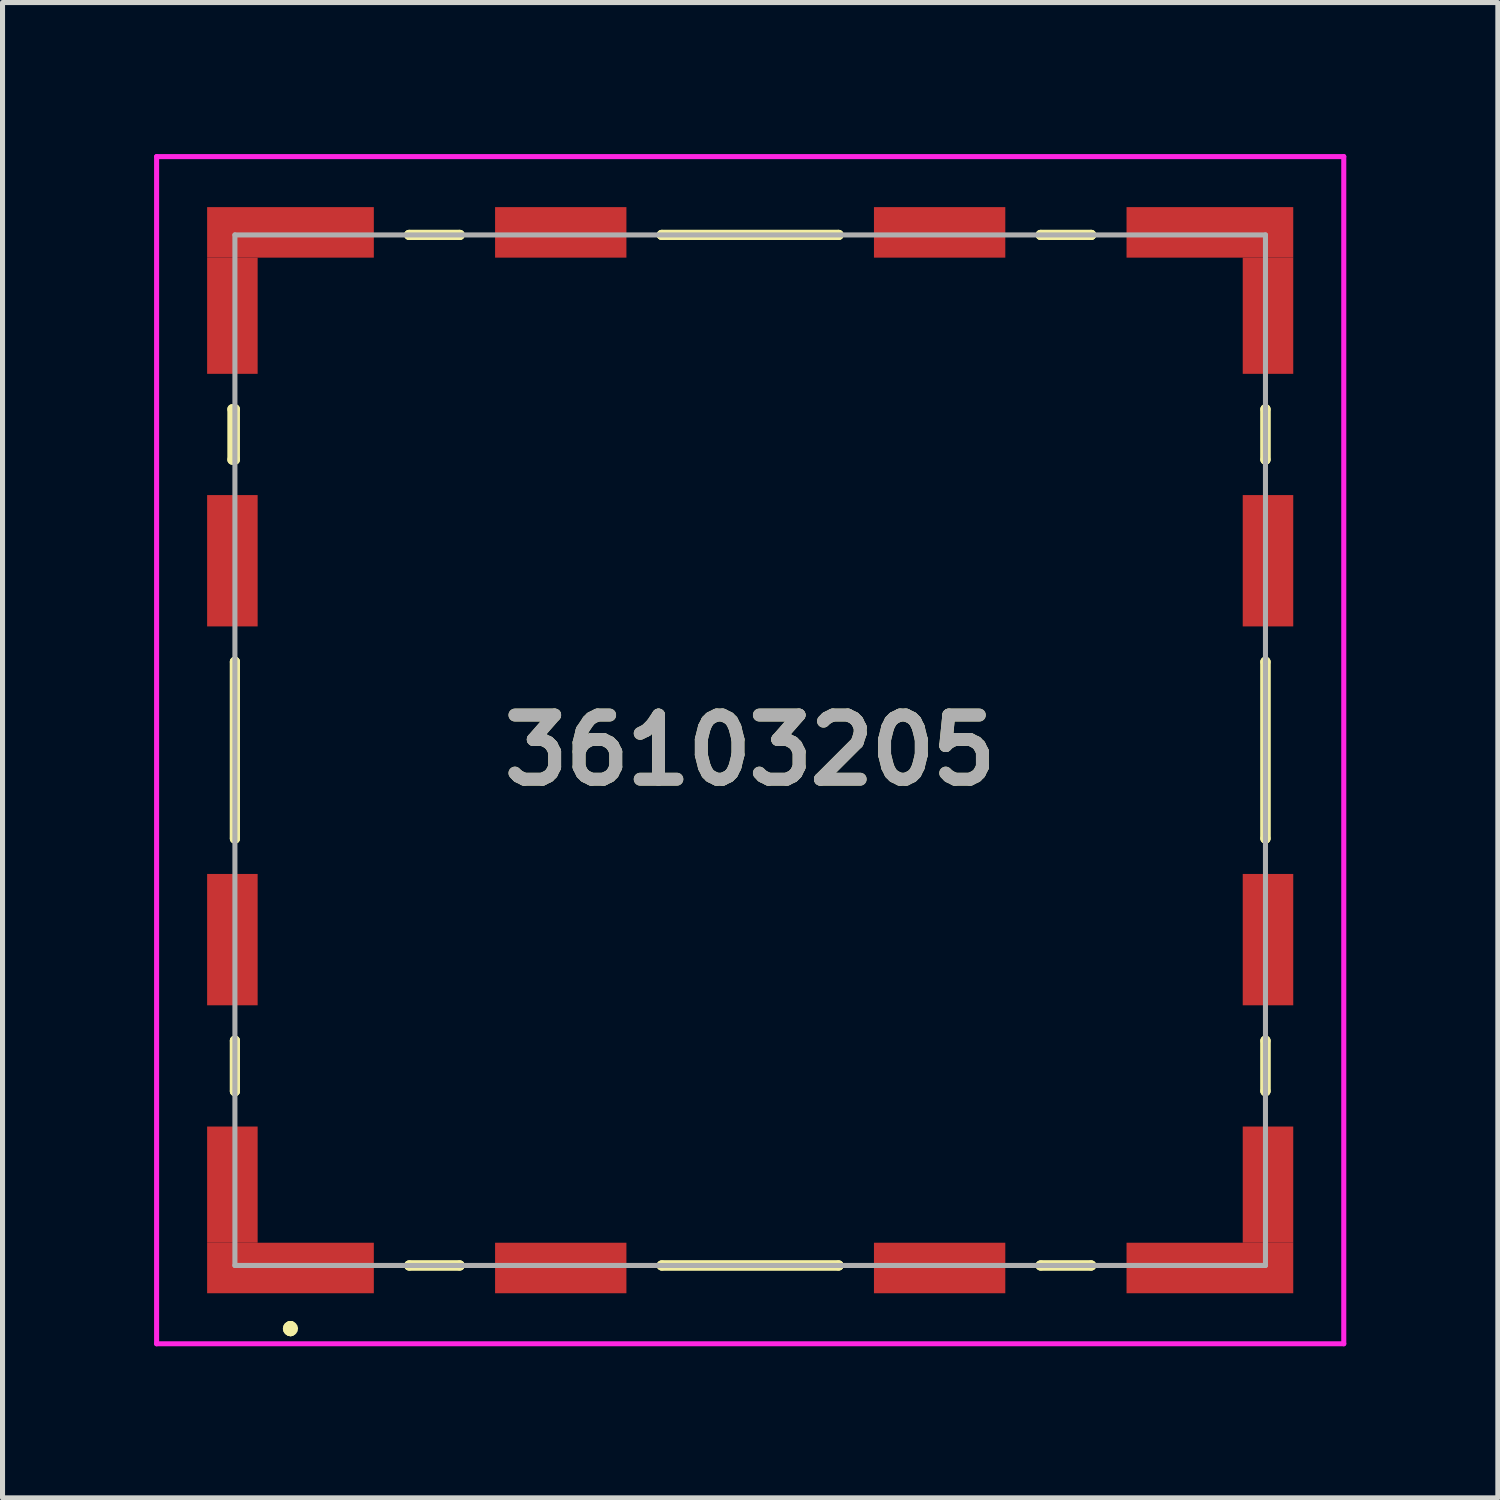
<source format=kicad_pcb>
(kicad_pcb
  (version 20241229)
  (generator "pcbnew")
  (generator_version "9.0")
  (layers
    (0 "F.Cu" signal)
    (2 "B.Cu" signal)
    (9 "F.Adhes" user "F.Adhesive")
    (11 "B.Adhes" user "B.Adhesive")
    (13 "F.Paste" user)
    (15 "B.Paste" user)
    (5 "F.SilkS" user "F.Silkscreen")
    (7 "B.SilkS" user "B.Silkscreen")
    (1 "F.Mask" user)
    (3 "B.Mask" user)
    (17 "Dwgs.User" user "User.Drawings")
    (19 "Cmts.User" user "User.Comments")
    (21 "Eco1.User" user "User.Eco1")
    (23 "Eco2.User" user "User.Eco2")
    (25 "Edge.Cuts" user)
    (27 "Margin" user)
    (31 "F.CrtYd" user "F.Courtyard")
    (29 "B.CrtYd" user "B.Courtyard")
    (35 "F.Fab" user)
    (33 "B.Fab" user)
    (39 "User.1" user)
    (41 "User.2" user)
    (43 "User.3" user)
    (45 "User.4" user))
  (footprint "36103205"
    (layer "F.Cu")
    (at 11.8 11.8)
    (property "Reference" "36103205" (at 0 0 0) (layer "F.SilkS") (effects (font (size 1.27 1.27) (thickness 0.254))))
    (attr smd)
    (fp_line (start -10.25 -6.75) (end -10.2 -6.75) (stroke (width 0.2) (type solid)) (layer "F.SilkS"))
    (fp_line (start -10.25 -5.75) (end -10.25 -6.75) (stroke (width 0.2) (type solid)) (layer "F.SilkS"))
    (fp_line (start -10.2 -6.75) (end -10.2 -5.75) (stroke (width 0.2) (type solid)) (layer "F.SilkS"))
    (fp_line (start -10.2 -5.75) (end -10.25 -5.75) (stroke (width 0.2) (type solid)) (layer "F.SilkS"))
    (fp_line (start -10.2 -1.75) (end -10.2 -1.75) (stroke (width 0.2) (type solid)) (layer "F.SilkS"))
    (fp_line (start -10.2 -1.75) (end -10.2 1.75) (stroke (width 0.2) (type solid)) (layer "F.SilkS"))
    (fp_line (start -10.2 1.75) (end -10.2 -1.75) (stroke (width 0.2) (type solid)) (layer "F.SilkS"))
    (fp_line (start -10.2 1.75) (end -10.2 1.75) (stroke (width 0.2) (type solid)) (layer "F.SilkS"))
    (fp_line (start -10.2 5.75) (end -10.2 5.75) (stroke (width 0.2) (type solid)) (layer "F.SilkS"))
    (fp_line (start -10.2 5.75) (end -10.2 6.75) (stroke (width 0.2) (type solid)) (layer "F.SilkS"))
    (fp_line (start -10.2 6.75) (end -10.2 5.75) (stroke (width 0.2) (type solid)) (layer "F.SilkS"))
    (fp_line (start -10.2 6.75) (end -10.2 6.75) (stroke (width 0.2) (type solid)) (layer "F.SilkS"))
    (fp_line (start -9.1 11.4) (end -9.1 11.4) (stroke (width 0.2) (type solid)) (layer "F.SilkS"))
    (fp_line (start -9.1 11.4) (end -9.1 11.4) (stroke (width 0.2) (type solid)) (layer "F.SilkS"))
    (fp_line (start -9.1 11.5) (end -9.1 11.5) (stroke (width 0.2) (type solid)) (layer "F.SilkS"))
    (fp_line (start -6.75 -10.2) (end -6.75 -10.2) (stroke (width 0.2) (type solid)) (layer "F.SilkS"))
    (fp_line (start -6.75 -10.2) (end -5.75 -10.2) (stroke (width 0.2) (type solid)) (layer "F.SilkS"))
    (fp_line (start -6.75 10.2) (end -6.75 10.2) (stroke (width 0.2) (type solid)) (layer "F.SilkS"))
    (fp_line (start -6.75 10.2) (end -5.75 10.2) (stroke (width 0.2) (type solid)) (layer "F.SilkS"))
    (fp_line (start -5.75 -10.2) (end -6.75 -10.2) (stroke (width 0.2) (type solid)) (layer "F.SilkS"))
    (fp_line (start -5.75 -10.2) (end -5.75 -10.2) (stroke (width 0.2) (type solid)) (layer "F.SilkS"))
    (fp_line (start -5.75 10.2) (end -6.75 10.2) (stroke (width 0.2) (type solid)) (layer "F.SilkS"))
    (fp_line (start -5.75 10.2) (end -5.75 10.2) (stroke (width 0.2) (type solid)) (layer "F.SilkS"))
    (fp_line (start -1.75 -10.2) (end -1.75 -10.2) (stroke (width 0.2) (type solid)) (layer "F.SilkS"))
    (fp_line (start -1.75 -10.2) (end 1.75 -10.2) (stroke (width 0.2) (type solid)) (layer "F.SilkS"))
    (fp_line (start -1.75 10.2) (end -1.75 10.2) (stroke (width 0.2) (type solid)) (layer "F.SilkS"))
    (fp_line (start -1.75 10.2) (end 1.75 10.2) (stroke (width 0.2) (type solid)) (layer "F.SilkS"))
    (fp_line (start 1.75 -10.2) (end -1.75 -10.2) (stroke (width 0.2) (type solid)) (layer "F.SilkS"))
    (fp_line (start 1.75 -10.2) (end 1.75 -10.2) (stroke (width 0.2) (type solid)) (layer "F.SilkS"))
    (fp_line (start 1.75 10.2) (end -1.75 10.2) (stroke (width 0.2) (type solid)) (layer "F.SilkS"))
    (fp_line (start 1.75 10.2) (end 1.75 10.2) (stroke (width 0.2) (type solid)) (layer "F.SilkS"))
    (fp_line (start 5.75 -10.2) (end 5.75 -10.2) (stroke (width 0.2) (type solid)) (layer "F.SilkS"))
    (fp_line (start 5.75 -10.2) (end 6.75 -10.2) (stroke (width 0.2) (type solid)) (layer "F.SilkS"))
    (fp_line (start 5.75 10.2) (end 5.75 10.2) (stroke (width 0.2) (type solid)) (layer "F.SilkS"))
    (fp_line (start 5.75 10.2) (end 6.75 10.2) (stroke (width 0.2) (type solid)) (layer "F.SilkS"))
    (fp_line (start 6.75 -10.2) (end 5.75 -10.2) (stroke (width 0.2) (type solid)) (layer "F.SilkS"))
    (fp_line (start 6.75 -10.2) (end 6.75 -10.2) (stroke (width 0.2) (type solid)) (layer "F.SilkS"))
    (fp_line (start 6.75 10.2) (end 5.75 10.2) (stroke (width 0.2) (type solid)) (layer "F.SilkS"))
    (fp_line (start 6.75 10.2) (end 6.75 10.2) (stroke (width 0.2) (type solid)) (layer "F.SilkS"))
    (fp_line (start 10.2 -6.75) (end 10.2 -6.75) (stroke (width 0.2) (type solid)) (layer "F.SilkS"))
    (fp_line (start 10.2 -6.75) (end 10.2 -5.75) (stroke (width 0.2) (type solid)) (layer "F.SilkS"))
    (fp_line (start 10.2 -5.75) (end 10.2 -6.75) (stroke (width 0.2) (type solid)) (layer "F.SilkS"))
    (fp_line (start 10.2 -5.75) (end 10.2 -5.75) (stroke (width 0.2) (type solid)) (layer "F.SilkS"))
    (fp_line (start 10.2 -1.75) (end 10.2 -1.75) (stroke (width 0.2) (type solid)) (layer "F.SilkS"))
    (fp_line (start 10.2 -1.75) (end 10.2 1.75) (stroke (width 0.2) (type solid)) (layer "F.SilkS"))
    (fp_line (start 10.2 1.75) (end 10.2 -1.75) (stroke (width 0.2) (type solid)) (layer "F.SilkS"))
    (fp_line (start 10.2 1.75) (end 10.2 1.75) (stroke (width 0.2) (type solid)) (layer "F.SilkS"))
    (fp_line (start 10.2 5.75) (end 10.2 5.75) (stroke (width 0.2) (type solid)) (layer "F.SilkS"))
    (fp_line (start 10.2 5.75) (end 10.2 6.75) (stroke (width 0.2) (type solid)) (layer "F.SilkS"))
    (fp_line (start 10.2 6.75) (end 10.2 5.75) (stroke (width 0.2) (type solid)) (layer "F.SilkS"))
    (fp_line (start 10.2 6.75) (end 10.2 6.75) (stroke (width 0.2) (type solid)) (layer "F.SilkS"))
    (fp_arc (start -9.1 11.4) (mid -9.05 11.45) (end -9.1 11.5) (stroke (width 0.2) (type solid)) (layer "F.SilkS"))
    (fp_arc (start -9.1 11.5) (mid -9.15 11.45) (end -9.1 11.4) (stroke (width 0.2) (type solid)) (layer "F.SilkS"))
    (fp_arc (start -9.1 11.5) (mid -9.15 11.45) (end -9.1 11.4) (stroke (width 0.2) (type solid)) (layer "F.SilkS"))
    (fp_line (start -11.75 -11.75) (end 11.75 -11.75) (stroke (width 0.1) (type solid)) (layer "F.CrtYd"))
    (fp_line (start -11.75 11.75) (end -11.75 -11.75) (stroke (width 0.1) (type solid)) (layer "F.CrtYd"))
    (fp_line (start 11.75 -11.75) (end 11.75 11.75) (stroke (width 0.1) (type solid)) (layer "F.CrtYd"))
    (fp_line (start 11.75 11.75) (end -11.75 11.75) (stroke (width 0.1) (type solid)) (layer "F.CrtYd"))
    (fp_line (start -10.2 -10.2) (end -10.2 10.2) (stroke (width 0.1) (type solid)) (layer "F.Fab"))
    (fp_line (start -10.2 10.2) (end 10.2 10.2) (stroke (width 0.1) (type solid)) (layer "F.Fab"))
    (fp_line (start 10.2 -10.2) (end -10.2 -10.2) (stroke (width 0.1) (type solid)) (layer "F.Fab"))
    (fp_line (start 10.2 10.2) (end 10.2 -10.2) (stroke (width 0.1) (type solid)) (layer "F.Fab"))
    (fp_text user "${REFERENCE}" (at 0 0 0) (layer "F.Fab") (effects (font (size 1.27 1.27) (thickness 0.254))))
    (pad "1" smd rect (at -10.25 -8.6) (size 1 2.3) (layers "F.Cu" "F.Mask" "F.Paste"))
    (pad "1" smd rect (at -10.25 -3.75) (size 1 2.6) (layers "F.Cu" "F.Mask" "F.Paste"))
    (pad "1" smd rect (at -10.25 3.75) (size 1 2.6) (layers "F.Cu" "F.Mask" "F.Paste"))
    (pad "1" smd rect (at -10.25 8.6) (size 1 2.3) (layers "F.Cu" "F.Mask" "F.Paste"))
    (pad "1" smd rect (at -9.1 -10.25 90) (size 1 3.3) (layers "F.Cu" "F.Mask" "F.Paste"))
    (pad "1" smd rect (at -9.1 10.25 90) (size 1 3.3) (layers "F.Cu" "F.Mask" "F.Paste"))
    (pad "1" smd rect (at -3.75 -10.25 90) (size 1 2.6) (layers "F.Cu" "F.Mask" "F.Paste"))
    (pad "1" smd rect (at -3.75 10.25 90) (size 1 2.6) (layers "F.Cu" "F.Mask" "F.Paste"))
    (pad "1" smd rect (at 3.75 -10.25 90) (size 1 2.6) (layers "F.Cu" "F.Mask" "F.Paste"))
    (pad "1" smd rect (at 3.75 10.25 90) (size 1 2.6) (layers "F.Cu" "F.Mask" "F.Paste"))
    (pad "1" smd rect (at 9.1 -10.25 90) (size 1 3.3) (layers "F.Cu" "F.Mask" "F.Paste"))
    (pad "1" smd rect (at 9.1 10.25 90) (size 1 3.3) (layers "F.Cu" "F.Mask" "F.Paste"))
    (pad "1" smd rect (at 10.25 -8.6) (size 1 2.3) (layers "F.Cu" "F.Mask" "F.Paste"))
    (pad "1" smd rect (at 10.25 -3.75) (size 1 2.6) (layers "F.Cu" "F.Mask" "F.Paste"))
    (pad "1" smd rect (at 10.25 3.75) (size 1 2.6) (layers "F.Cu" "F.Mask" "F.Paste"))
    (pad "1" smd rect (at 10.25 8.6) (size 1 2.3) (layers "F.Cu" "F.Mask" "F.Paste")))
  (gr_rect
    (start -3 -3)
    (end 26.6 26.6)
    (stroke (width 0.1) (type default))
    (fill no)
    (layer "Edge.Cuts")))
</source>
